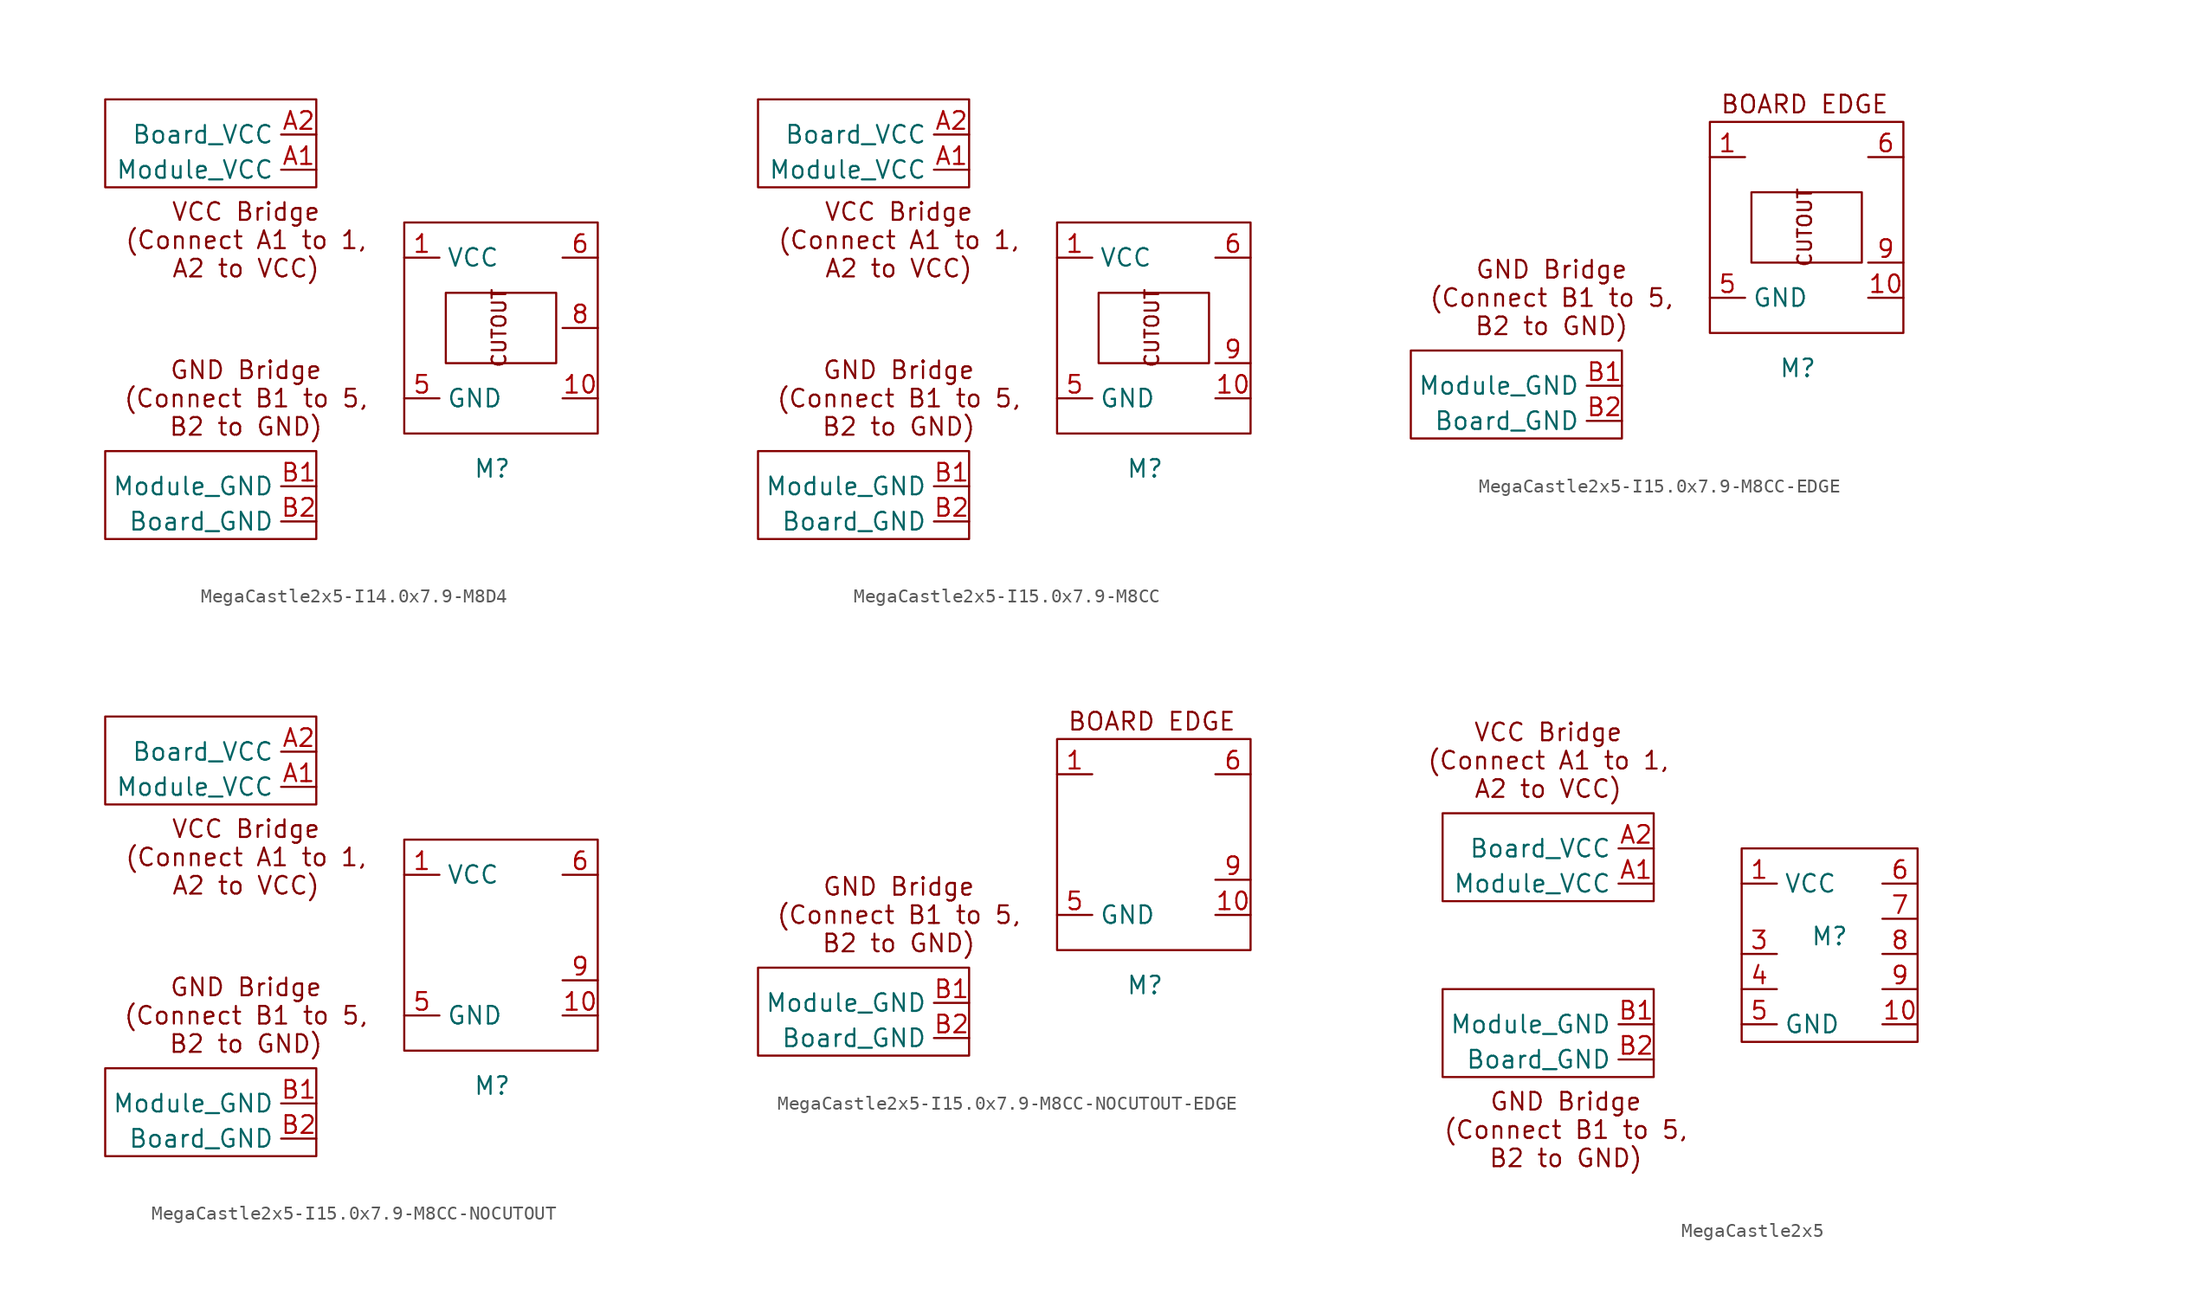
<source format=kicad_sym>
(kicad_symbol_lib
  (version 20241209)
  (generator "kicad_symbol_editor")
  (generator_version "9.0")
  (symbol "MegaCastle2x5-I14.0x7.9-M8D4"
    (property "Reference" "M"
      (at 0 -10.16 0)
      (effects (font (size 1.27 1.27))))
    (property "Value" ""
      (at 0 5.08 0)
      (effects (font (size 1.27 1.27))))
    (symbol "MegaCastle2x5-I14.0x7.9-M8D4_0_1"
      (rectangle (start -27.94 16.51) (end -12.7 10.16) (stroke (width 0) (type default)) (fill (type none)))
      (rectangle (start -27.94 -8.89) (end -12.7 -15.24) (stroke (width 0) (type default)) (fill (type none)))
      (rectangle (start -6.35 7.62) (end 7.62 -7.62) (stroke (width 0) (type default)) (fill (type none)))
      (rectangle (start -3.35 2.54) (end 4.62 -2.54) (stroke (width 0) (type default)) (fill (type none))))
    (symbol "MegaCastle2x5-I14.0x7.9-M8D4_1_1"
      (text "VCC Bridge\n(Connect A1 to 1,\nA2 to VCC)" (at -17.78 6.35 0) (effects (font (size 1.27 1.27))))
      (text "GND Bridge\n(Connect B1 to 5,\nB2 to GND)" (at -17.78 -5.08 0) (effects (font (size 1.27 1.27))))
      (text "CUTOUT" (at 0.5 0 900) (effects (font (size 1 1))))
      (pin bidirectional line (at -12.7 13.97 180) (length 2.54) (name "Board_VCC" (effects (font (size 1.27 1.27)))) (number "A2" (effects (font (size 1.27 1.27)))))
      (pin bidirectional line (at -12.7 11.43 180) (length 2.54) (name "Module_VCC" (effects (font (size 1.27 1.27)))) (number "A1" (effects (font (size 1.27 1.27)))))
      (pin bidirectional line (at -12.7 -11.43 180) (length 2.54) (name "Module_GND" (effects (font (size 1.27 1.27)))) (number "B1" (effects (font (size 1.27 1.27)))))
      (pin bidirectional line (at -12.7 -13.97 180) (length 2.54) (name "Board_GND" (effects (font (size 1.27 1.27)))) (number "B2" (effects (font (size 1.27 1.27)))))
      (pin bidirectional line (at -6.35 5.08 0) (length 2.54) (name "VCC" (effects (font (size 1.27 1.27)))) (number "1" (effects (font (size 1.27 1.27)))))
      (pin bidirectional line (at -6.35 -5.08 0) (length 2.54) (name "GND" (effects (font (size 1.27 1.27)))) (number "5" (effects (font (size 1.27 1.27)))))
      (pin bidirectional line (at 7.62 5.08 180) (length 2.54) (name "" (effects (font (size 1.27 1.27)))) (number "6" (effects (font (size 1.27 1.27)))))
      (pin bidirectional line (at 7.62 0 180) (length 2.54) (name "" (effects (font (size 1.27 1.27)))) (number "8" (effects (font (size 1.27 1.27)))))
      (pin bidirectional line (at 7.62 -5.08 180) (length 2.54) (name "" (effects (font (size 1.27 1.27)))) (number "10" (effects (font (size 1.27 1.27)))))))
  (symbol "MegaCastle2x5-I15.0x7.9-M8CC"
    (property "Reference" "M"
      (at 0 -10.16 0)
      (effects (font (size 1.27 1.27))))
    (property "Value" ""
      (at 0 5.08 0)
      (effects (font (size 1.27 1.27))))
    (symbol "MegaCastle2x5-I15.0x7.9-M8CC_0_1"
      (rectangle (start -27.94 16.51) (end -12.7 10.16) (stroke (width 0) (type default)) (fill (type none)))
      (rectangle (start -27.94 -8.89) (end -12.7 -15.24) (stroke (width 0) (type default)) (fill (type none)))
      (rectangle (start -6.35 7.62) (end 7.62 -7.62) (stroke (width 0) (type default)) (fill (type none)))
      (rectangle (start -3.35 2.54) (end 4.62 -2.54) (stroke (width 0) (type default)) (fill (type none))))
    (symbol "MegaCastle2x5-I15.0x7.9-M8CC_1_1"
      (text "VCC Bridge\n(Connect A1 to 1,\nA2 to VCC)" (at -17.78 6.35 0) (effects (font (size 1.27 1.27))))
      (text "GND Bridge\n(Connect B1 to 5,\nB2 to GND)" (at -17.78 -5.08 0) (effects (font (size 1.27 1.27))))
      (text "CUTOUT" (at 0.5 0 900) (effects (font (size 1 1))))
      (pin bidirectional line (at -12.7 13.97 180) (length 2.54) (name "Board_VCC" (effects (font (size 1.27 1.27)))) (number "A2" (effects (font (size 1.27 1.27)))))
      (pin bidirectional line (at -12.7 11.43 180) (length 2.54) (name "Module_VCC" (effects (font (size 1.27 1.27)))) (number "A1" (effects (font (size 1.27 1.27)))))
      (pin bidirectional line (at -12.7 -11.43 180) (length 2.54) (name "Module_GND" (effects (font (size 1.27 1.27)))) (number "B1" (effects (font (size 1.27 1.27)))))
      (pin bidirectional line (at -12.7 -13.97 180) (length 2.54) (name "Board_GND" (effects (font (size 1.27 1.27)))) (number "B2" (effects (font (size 1.27 1.27)))))
      (pin bidirectional line (at -6.35 5.08 0) (length 2.54) (name "VCC" (effects (font (size 1.27 1.27)))) (number "1" (effects (font (size 1.27 1.27)))))
      (pin bidirectional line (at -6.35 -5.08 0) (length 2.54) (name "GND" (effects (font (size 1.27 1.27)))) (number "5" (effects (font (size 1.27 1.27)))))
      (pin bidirectional line (at 7.62 5.08 180) (length 2.54) (name "" (effects (font (size 1.27 1.27)))) (number "6" (effects (font (size 1.27 1.27)))))
      (pin bidirectional line (at 7.62 -2.54 180) (length 2.54) (name "" (effects (font (size 1.27 1.27)))) (number "9" (effects (font (size 1.27 1.27)))))
      (pin bidirectional line (at 7.62 -5.08 180) (length 2.54) (name "" (effects (font (size 1.27 1.27)))) (number "10" (effects (font (size 1.27 1.27)))))))
  (symbol "MegaCastle2x5-I15.0x7.9-M8CC-EDGE"
    (property "Reference" "M"
      (at 0 -10.16 0)
      (effects (font (size 1.27 1.27))))
    (property "Value" ""
      (at 0 5.08 0)
      (effects (font (size 1.27 1.27))))
    (symbol "MegaCastle2x5-I15.0x7.9-M8CC-EDGE_0_1"
      (rectangle (start -27.94 -8.89) (end -12.7 -15.24) (stroke (width 0) (type default)) (fill (type none)))
      (rectangle (start -6.35 7.62) (end 7.62 -7.62) (stroke (width 0) (type default)) (fill (type none)))
      (rectangle (start -3.35 2.54) (end 4.62 -2.54) (stroke (width 0) (type default)) (fill (type none))))
    (symbol "MegaCastle2x5-I15.0x7.9-M8CC-EDGE_1_1"
      (text "GND Bridge\n(Connect B1 to 5,\nB2 to GND)" (at -17.78 -5.08 0) (effects (font (size 1.27 1.27))))
      (text " BOARD EDGE" (at 0 8.89 0) (effects (font (size 1.27 1.27))))
      (text "CUTOUT" (at 0.5 0 900) (effects (font (size 1 1))))
      (pin bidirectional line (at -12.7 -11.43 180) (length 2.54) (name "Module_GND" (effects (font (size 1.27 1.27)))) (number "B1" (effects (font (size 1.27 1.27)))))
      (pin bidirectional line (at -12.7 -13.97 180) (length 2.54) (name "Board_GND" (effects (font (size 1.27 1.27)))) (number "B2" (effects (font (size 1.27 1.27)))))
      (pin bidirectional line (at -6.35 5.08 0) (length 2.54) (name "" (effects (font (size 1.27 1.27)))) (number "1" (effects (font (size 1.27 1.27)))))
      (pin bidirectional line (at -6.35 -5.08 0) (length 2.54) (name "GND" (effects (font (size 1.27 1.27)))) (number "5" (effects (font (size 1.27 1.27)))))
      (pin bidirectional line (at 7.62 5.08 180) (length 2.54) (name "" (effects (font (size 1.27 1.27)))) (number "6" (effects (font (size 1.27 1.27)))))
      (pin bidirectional line (at 7.62 -2.54 180) (length 2.54) (name "" (effects (font (size 1.27 1.27)))) (number "9" (effects (font (size 1.27 1.27)))))
      (pin bidirectional line (at 7.62 -5.08 180) (length 2.54) (name "" (effects (font (size 1.27 1.27)))) (number "10" (effects (font (size 1.27 1.27)))))))
  (symbol "MegaCastle2x5-I15.0x7.9-M8CC-NOCUTOUT"
    (property "Reference" "M"
      (at 0 -10.16 0)
      (effects (font (size 1.27 1.27))))
    (property "Value" ""
      (at 0 5.08 0)
      (effects (font (size 1.27 1.27))))
    (symbol "MegaCastle2x5-I15.0x7.9-M8CC-NOCUTOUT_0_1"
      (rectangle (start -27.94 16.51) (end -12.7 10.16) (stroke (width 0) (type default)) (fill (type none)))
      (rectangle (start -27.94 -8.89) (end -12.7 -15.24) (stroke (width 0) (type default)) (fill (type none)))
      (rectangle (start -6.35 7.62) (end 7.62 -7.62) (stroke (width 0) (type default)) (fill (type none))))
    (symbol "MegaCastle2x5-I15.0x7.9-M8CC-NOCUTOUT_1_1"
      (text "VCC Bridge\n(Connect A1 to 1,\nA2 to VCC)" (at -17.78 6.35 0) (effects (font (size 1.27 1.27))))
      (text "GND Bridge\n(Connect B1 to 5,\nB2 to GND)" (at -17.78 -5.08 0) (effects (font (size 1.27 1.27))))
      (pin bidirectional line (at -12.7 13.97 180) (length 2.54) (name "Board_VCC" (effects (font (size 1.27 1.27)))) (number "A2" (effects (font (size 1.27 1.27)))))
      (pin bidirectional line (at -12.7 11.43 180) (length 2.54) (name "Module_VCC" (effects (font (size 1.27 1.27)))) (number "A1" (effects (font (size 1.27 1.27)))))
      (pin bidirectional line (at -12.7 -11.43 180) (length 2.54) (name "Module_GND" (effects (font (size 1.27 1.27)))) (number "B1" (effects (font (size 1.27 1.27)))))
      (pin bidirectional line (at -12.7 -13.97 180) (length 2.54) (name "Board_GND" (effects (font (size 1.27 1.27)))) (number "B2" (effects (font (size 1.27 1.27)))))
      (pin bidirectional line (at -6.35 5.08 0) (length 2.54) (name "VCC" (effects (font (size 1.27 1.27)))) (number "1" (effects (font (size 1.27 1.27)))))
      (pin bidirectional line (at -6.35 -5.08 0) (length 2.54) (name "GND" (effects (font (size 1.27 1.27)))) (number "5" (effects (font (size 1.27 1.27)))))
      (pin bidirectional line (at 7.62 5.08 180) (length 2.54) (name "" (effects (font (size 1.27 1.27)))) (number "6" (effects (font (size 1.27 1.27)))))
      (pin bidirectional line (at 7.62 -2.54 180) (length 2.54) (name "" (effects (font (size 1.27 1.27)))) (number "9" (effects (font (size 1.27 1.27)))))
      (pin bidirectional line (at 7.62 -5.08 180) (length 2.54) (name "" (effects (font (size 1.27 1.27)))) (number "10" (effects (font (size 1.27 1.27)))))))
  (symbol "MegaCastle2x5-I15.0x7.9-M8CC-NOCUTOUT-EDGE"
    (property "Reference" "M"
      (at 0 -10.16 0)
      (effects (font (size 1.27 1.27))))
    (property "Value" ""
      (at 0 5.08 0)
      (effects (font (size 1.27 1.27))))
    (symbol "MegaCastle2x5-I15.0x7.9-M8CC-NOCUTOUT-EDGE_0_1"
      (rectangle (start -27.94 -8.89) (end -12.7 -15.24) (stroke (width 0) (type default)) (fill (type none)))
      (rectangle (start -6.35 7.62) (end 7.62 -7.62) (stroke (width 0) (type default)) (fill (type none))))
    (symbol "MegaCastle2x5-I15.0x7.9-M8CC-NOCUTOUT-EDGE_1_1"
      (text "GND Bridge\n(Connect B1 to 5,\nB2 to GND)" (at -17.78 -5.08 0) (effects (font (size 1.27 1.27))))
      (text " BOARD EDGE" (at 0 8.89 0) (effects (font (size 1.27 1.27))))
      (pin bidirectional line (at -12.7 -11.43 180) (length 2.54) (name "Module_GND" (effects (font (size 1.27 1.27)))) (number "B1" (effects (font (size 1.27 1.27)))))
      (pin bidirectional line (at -12.7 -13.97 180) (length 2.54) (name "Board_GND" (effects (font (size 1.27 1.27)))) (number "B2" (effects (font (size 1.27 1.27)))))
      (pin bidirectional line (at -6.35 5.08 0) (length 2.54) (name "" (effects (font (size 1.27 1.27)))) (number "1" (effects (font (size 1.27 1.27)))))
      (pin bidirectional line (at -6.35 -5.08 0) (length 2.54) (name "GND" (effects (font (size 1.27 1.27)))) (number "5" (effects (font (size 1.27 1.27)))))
      (pin bidirectional line (at 7.62 5.08 180) (length 2.54) (name "" (effects (font (size 1.27 1.27)))) (number "6" (effects (font (size 1.27 1.27)))))
      (pin bidirectional line (at 7.62 -2.54 180) (length 2.54) (name "" (effects (font (size 1.27 1.27)))) (number "9" (effects (font (size 1.27 1.27)))))
      (pin bidirectional line (at 7.62 -5.08 180) (length 2.54) (name "" (effects (font (size 1.27 1.27)))) (number "10" (effects (font (size 1.27 1.27)))))))
  (symbol "MegaCastle2x5"
    (property "Reference" "M"
      (at 0 0 0)
      (effects (font (size 1.27 1.27))))
    (property "Value" ""
      (at 17.78 0 0)
      (effects (font (size 1.27 1.27))))
    (symbol "MegaCastle2x5_0_1"
      (rectangle (start -27.94 8.89) (end -12.7 2.54) (stroke (width 0) (type default)) (fill (type none)))
      (rectangle (start -27.94 -3.81) (end -12.7 -10.16) (stroke (width 0) (type default)) (fill (type none)))
      (rectangle (start -6.35 6.35) (end 6.35 -7.62) (stroke (width 0) (type default)) (fill (type none))))
    (symbol "MegaCastle2x5_1_1"
      (text "VCC Bridge\n(Connect A1 to 1,\nA2 to VCC)" (at -20.32 12.7 0) (effects (font (size 1.27 1.27))))
      (text "GND Bridge\n(Connect B1 to 5,\nB2 to GND)" (at -19.05 -13.97 0) (effects (font (size 1.27 1.27))))
      (pin bidirectional line (at -12.7 6.35 180) (length 2.54) (name "Board_VCC" (effects (font (size 1.27 1.27)))) (number "A2" (effects (font (size 1.27 1.27)))))
      (pin bidirectional line (at -12.7 3.81 180) (length 2.54) (name "Module_VCC" (effects (font (size 1.27 1.27)))) (number "A1" (effects (font (size 1.27 1.27)))))
      (pin bidirectional line (at -12.7 -6.35 180) (length 2.54) (name "Module_GND" (effects (font (size 1.27 1.27)))) (number "B1" (effects (font (size 1.27 1.27)))))
      (pin bidirectional line (at -12.7 -8.89 180) (length 2.54) (name "Board_GND" (effects (font (size 1.27 1.27)))) (number "B2" (effects (font (size 1.27 1.27)))))
      (pin bidirectional line (at -6.35 3.81 0) (length 2.54) (name "VCC" (effects (font (size 1.27 1.27)))) (number "1" (effects (font (size 1.27 1.27)))))
      (pin bidirectional line (at -6.35 -1.27 0) (length 2.54) (name "" (effects (font (size 1.27 1.27)))) (number "3" (effects (font (size 1.27 1.27)))))
      (pin bidirectional line (at -6.35 -3.81 0) (length 2.54) (name "" (effects (font (size 1.27 1.27)))) (number "4" (effects (font (size 1.27 1.27)))))
      (pin bidirectional line (at -6.35 -6.35 0) (length 2.54) (name "GND" (effects (font (size 1.27 1.27)))) (number "5" (effects (font (size 1.27 1.27)))))
      (pin bidirectional line (at 6.35 3.81 180) (length 2.54) (name "" (effects (font (size 1.27 1.27)))) (number "6" (effects (font (size 1.27 1.27)))))
      (pin bidirectional line (at 6.35 1.27 180) (length 2.54) (name "" (effects (font (size 1.27 1.27)))) (number "7" (effects (font (size 1.27 1.27)))))
      (pin bidirectional line (at 6.35 -1.27 180) (length 2.54) (name "" (effects (font (size 1.27 1.27)))) (number "8" (effects (font (size 1.27 1.27)))))
      (pin bidirectional line (at 6.35 -3.81 180) (length 2.54) (name "" (effects (font (size 1.27 1.27)))) (number "9" (effects (font (size 1.27 1.27)))))
      (pin bidirectional line (at 6.35 -6.35 180) (length 2.54) (name "" (effects (font (size 1.27 1.27)))) (number "10" (effects (font (size 1.27 1.27))))))))
</source>
